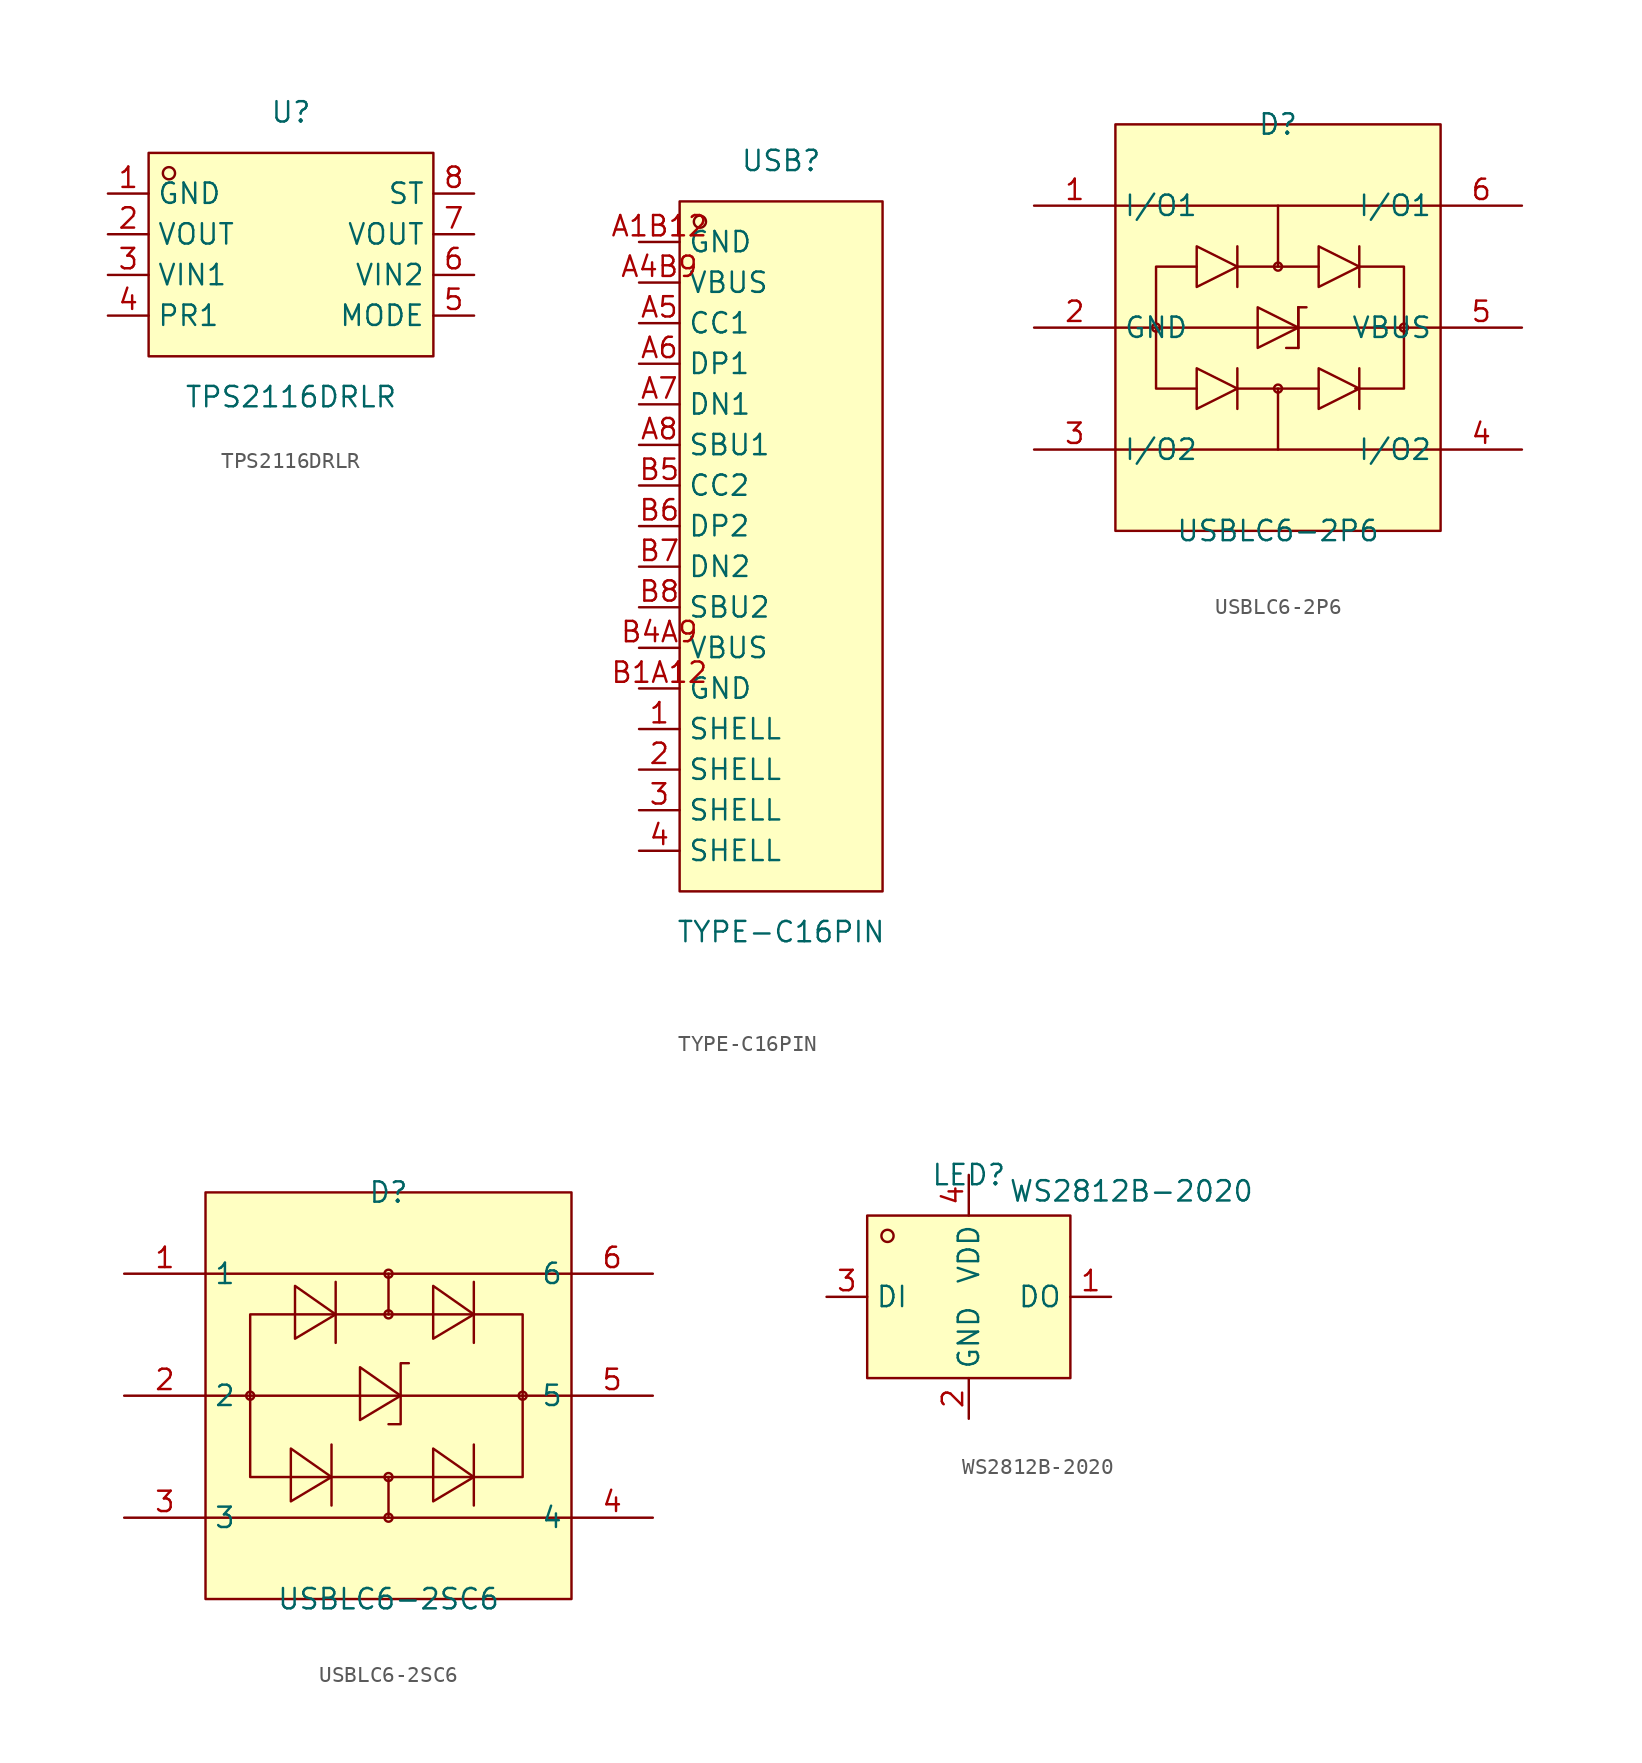
<source format=kicad_sym>
(kicad_symbol_lib
  (version 20241209)
  (generator "kicad_symbol_editor")
  (generator_version "9.0")
  (symbol "TPS2116DRLR"
    (property "Reference" "U"
      (at 0 8.89 0)
      (effects (font (size 1.27 1.27))))
    (property "Value" "TPS2116DRLR"
      (at 0 -8.89 0)
      (effects (font (size 1.27 1.27))))
    (symbol "TPS2116DRLR_0_1"
      (rectangle (start -8.89 6.35) (end 8.89 -6.35) (stroke (width 0) (type default)) (fill (type background)))
      (circle (center -7.62 5.08) (radius 0.38) (stroke (width 0) (type default)) (fill (type none)))
      (pin unspecified line (at -11.43 3.81 0) (length 2.54) (name "GND" (effects (font (size 1.27 1.27)))) (number "1" (effects (font (size 1.27 1.27)))))
      (pin unspecified line (at -11.43 1.27 0) (length 2.54) (name "VOUT" (effects (font (size 1.27 1.27)))) (number "2" (effects (font (size 1.27 1.27)))))
      (pin unspecified line (at -11.43 -1.27 0) (length 2.54) (name "VIN1" (effects (font (size 1.27 1.27)))) (number "3" (effects (font (size 1.27 1.27)))))
      (pin unspecified line (at -11.43 -3.81 0) (length 2.54) (name "PR1" (effects (font (size 1.27 1.27)))) (number "4" (effects (font (size 1.27 1.27)))))
      (pin unspecified line (at 11.43 3.81 180) (length 2.54) (name "ST" (effects (font (size 1.27 1.27)))) (number "8" (effects (font (size 1.27 1.27)))))
      (pin unspecified line (at 11.43 1.27 180) (length 2.54) (name "VOUT" (effects (font (size 1.27 1.27)))) (number "7" (effects (font (size 1.27 1.27)))))
      (pin unspecified line (at 11.43 -1.27 180) (length 2.54) (name "VIN2" (effects (font (size 1.27 1.27)))) (number "6" (effects (font (size 1.27 1.27)))))
      (pin unspecified line (at 11.43 -3.81 180) (length 2.54) (name "MODE" (effects (font (size 1.27 1.27)))) (number "5" (effects (font (size 1.27 1.27)))))))
  (symbol "TYPE-C16PIN"
    (property "Reference" "USB"
      (at 0 24.13 0)
      (effects (font (size 1.27 1.27))))
    (property "Value" "TYPE-C16PIN"
      (at 0 -24.13 0)
      (effects (font (size 1.27 1.27))))
    (symbol "TYPE-C16PIN_0_1"
      (rectangle (start -6.35 21.59) (end 6.35 -21.59) (stroke (width 0) (type default)) (fill (type background)))
      (circle (center -5.08 20.32) (radius 0.38) (stroke (width 0) (type default)) (fill (type none)))
      (pin unspecified line (at -8.89 19.05 0) (length 2.54) (name "GND" (effects (font (size 1.27 1.27)))) (number "A1B12" (effects (font (size 1.27 1.27)))))
      (pin unspecified line (at -8.89 16.51 0) (length 2.54) (name "VBUS" (effects (font (size 1.27 1.27)))) (number "A4B9" (effects (font (size 1.27 1.27)))))
      (pin unspecified line (at -8.89 13.97 0) (length 2.54) (name "CC1" (effects (font (size 1.27 1.27)))) (number "A5" (effects (font (size 1.27 1.27)))))
      (pin unspecified line (at -8.89 11.43 0) (length 2.54) (name "DP1" (effects (font (size 1.27 1.27)))) (number "A6" (effects (font (size 1.27 1.27)))))
      (pin unspecified line (at -8.89 8.89 0) (length 2.54) (name "DN1" (effects (font (size 1.27 1.27)))) (number "A7" (effects (font (size 1.27 1.27)))))
      (pin unspecified line (at -8.89 6.35 0) (length 2.54) (name "SBU1" (effects (font (size 1.27 1.27)))) (number "A8" (effects (font (size 1.27 1.27)))))
      (pin unspecified line (at -8.89 3.81 0) (length 2.54) (name "CC2" (effects (font (size 1.27 1.27)))) (number "B5" (effects (font (size 1.27 1.27)))))
      (pin unspecified line (at -8.89 1.27 0) (length 2.54) (name "DP2" (effects (font (size 1.27 1.27)))) (number "B6" (effects (font (size 1.27 1.27)))))
      (pin unspecified line (at -8.89 -1.27 0) (length 2.54) (name "DN2" (effects (font (size 1.27 1.27)))) (number "B7" (effects (font (size 1.27 1.27)))))
      (pin unspecified line (at -8.89 -3.81 0) (length 2.54) (name "SBU2" (effects (font (size 1.27 1.27)))) (number "B8" (effects (font (size 1.27 1.27)))))
      (pin unspecified line (at -8.89 -6.35 0) (length 2.54) (name "VBUS" (effects (font (size 1.27 1.27)))) (number "B4A9" (effects (font (size 1.27 1.27)))))
      (pin unspecified line (at -8.89 -8.89 0) (length 2.54) (name "GND" (effects (font (size 1.27 1.27)))) (number "B1A12" (effects (font (size 1.27 1.27)))))
      (pin unspecified line (at -8.89 -11.43 0) (length 2.54) (name "SHELL" (effects (font (size 1.27 1.27)))) (number "1" (effects (font (size 1.27 1.27)))))
      (pin unspecified line (at -8.89 -13.97 0) (length 2.54) (name "SHELL" (effects (font (size 1.27 1.27)))) (number "2" (effects (font (size 1.27 1.27)))))
      (pin unspecified line (at -8.89 -16.51 0) (length 2.54) (name "SHELL" (effects (font (size 1.27 1.27)))) (number "3" (effects (font (size 1.27 1.27)))))
      (pin unspecified line (at -8.89 -19.05 0) (length 2.54) (name "SHELL" (effects (font (size 1.27 1.27)))) (number "4" (effects (font (size 1.27 1.27)))))))
  (symbol "USBLC6-2P6"
    (property "Reference" "D"
      (at 0 12.7 0)
      (effects (font (size 1.27 1.27))))
    (property "Value" "USBLC6-2P6"
      (at 0 -12.7 0)
      (effects (font (size 1.27 1.27))))
    (symbol "USBLC6-2P6_0_1"
      (rectangle (start -10.16 12.7) (end 10.16 -12.7) (stroke (width 0) (type default)) (fill (type background)))
      (polyline (pts (xy -10.16 7.62) (xy 10.16 7.62)) (stroke (width 0) (type default)) (fill (type none)))
      (polyline (pts (xy -10.16 0) (xy -7.62 0)) (stroke (width 0) (type default)) (fill (type none)))
      (polyline (pts (xy -10.16 -7.62) (xy 10.16 -7.62)) (stroke (width 0) (type default)) (fill (type none)))
      (circle (center -7.62 0) (radius 0.25) (stroke (width 0) (type default)) (fill (type none)))
      (polyline (pts (xy -7.62 0) (xy 7.87 0)) (stroke (width 0) (type default)) (fill (type none)))
      (polyline (pts (xy -5.08 3.81) (xy -7.62 3.81) (xy -7.62 -3.81) (xy -5.08 -3.81)) (stroke (width 0) (type default)) (fill (type none)))
      (polyline (pts (xy -5.08 2.54) (xy -2.54 3.81) (xy -5.08 5.08) (xy -5.08 2.54)) (stroke (width 0) (type default)) (fill (type background)))
      (polyline (pts (xy -5.08 -5.08) (xy -2.54 -3.81) (xy -5.08 -2.54) (xy -5.08 -5.08)) (stroke (width 0) (type default)) (fill (type background)))
      (polyline (pts (xy -2.54 5.08) (xy -2.54 3.81)) (stroke (width 0) (type default)) (fill (type none)))
      (polyline (pts (xy -2.54 3.81) (xy -2.54 2.54)) (stroke (width 0) (type default)) (fill (type none)))
      (polyline (pts (xy -2.54 3.81) (xy 2.54 3.81)) (stroke (width 0) (type default)) (fill (type none)))
      (polyline (pts (xy -2.54 -2.54) (xy -2.54 -3.81)) (stroke (width 0) (type default)) (fill (type none)))
      (polyline (pts (xy -2.54 -3.81) (xy -2.54 -5.08)) (stroke (width 0) (type default)) (fill (type none)))
      (polyline (pts (xy -2.54 -3.81) (xy 2.54 -3.81)) (stroke (width 0) (type default)) (fill (type none)))
      (polyline (pts (xy -1.27 -1.27) (xy 1.27 0) (xy -1.27 1.27) (xy -1.27 -1.27)) (stroke (width 0) (type default)) (fill (type background)))
      (polyline (pts (xy 0 7.62) (xy 0 3.81)) (stroke (width 0) (type default)) (fill (type none)))
      (circle (center 0 3.81) (radius 0.25) (stroke (width 0) (type default)) (fill (type none)))
      (circle (center 0 -3.81) (radius 0.25) (stroke (width 0) (type default)) (fill (type none)))
      (polyline (pts (xy 0 -7.62) (xy 0 -3.81)) (stroke (width 0) (type default)) (fill (type none)))
      (arc (start 0 -3.81) (mid 0.05 -3.56) (end 0 -3.81) (stroke (width 0) (type default)) (fill (type none)))
      (arc (start 0.25 7.62) (mid 0.25 7.63) (end 0.25 7.62) (stroke (width 0) (type default)) (fill (type none)))
      (arc (start 0.25 -7.62) (mid 0.25 -7.61) (end 0.25 -7.62) (stroke (width 0) (type default)) (fill (type none)))
      (polyline (pts (xy 1.27 1.27) (xy 1.27 0)) (stroke (width 0) (type default)) (fill (type none)))
      (polyline (pts (xy 1.27 1.27) (xy 1.27 0)) (stroke (width 0) (type default)) (fill (type none)))
      (polyline (pts (xy 1.27 0) (xy 1.27 -1.27)) (stroke (width 0) (type default)) (fill (type none)))
      (polyline (pts (xy 1.27 0) (xy 1.27 -1.27)) (stroke (width 0) (type default)) (fill (type none)))
      (polyline (pts (xy 1.27 -1.27) (xy 0.51 -1.27)) (stroke (width 0) (type default)) (fill (type none)))
      (polyline (pts (xy 1.78 1.27) (xy 1.27 1.27)) (stroke (width 0) (type default)) (fill (type none)))
      (polyline (pts (xy 2.54 2.54) (xy 5.08 3.81) (xy 2.54 5.08) (xy 2.54 2.54)) (stroke (width 0) (type default)) (fill (type background)))
      (polyline (pts (xy 2.54 -5.08) (xy 5.08 -3.81) (xy 2.54 -2.54) (xy 2.54 -5.08)) (stroke (width 0) (type default)) (fill (type background)))
      (polyline (pts (xy 4.83 -3.81) (xy 7.87 -3.81) (xy 7.87 3.81) (xy 5.08 3.81)) (stroke (width 0) (type default)) (fill (type none)))
      (polyline (pts (xy 5.08 5.08) (xy 5.08 3.81)) (stroke (width 0) (type default)) (fill (type none)))
      (polyline (pts (xy 5.08 3.81) (xy 5.08 2.54)) (stroke (width 0) (type default)) (fill (type none)))
      (polyline (pts (xy 5.08 -2.54) (xy 5.08 -3.81)) (stroke (width 0) (type default)) (fill (type none)))
      (polyline (pts (xy 5.08 -3.81) (xy 5.08 -5.08)) (stroke (width 0) (type default)) (fill (type none)))
      (polyline (pts (xy 7.87 0) (xy 10.16 0)) (stroke (width 0) (type default)) (fill (type none)))
      (circle (center 7.87 0) (radius 0.25) (stroke (width 0) (type default)) (fill (type none)))
      (pin input line (at -15.24 7.62 0) (length 5.08) (name "I/O1" (effects (font (size 1.27 1.27)))) (number "1" (effects (font (size 1.27 1.27)))))
      (pin input line (at -15.24 0 0) (length 5.08) (name "GND" (effects (font (size 1.27 1.27)))) (number "2" (effects (font (size 1.27 1.27)))))
      (pin input line (at -15.24 -7.62 0) (length 5.08) (name "I/O2" (effects (font (size 1.27 1.27)))) (number "3" (effects (font (size 1.27 1.27)))))
      (pin input line (at 15.24 7.62 180) (length 5.08) (name "I/O1" (effects (font (size 1.27 1.27)))) (number "6" (effects (font (size 1.27 1.27)))))
      (pin input line (at 15.24 0 180) (length 5.08) (name "VBUS" (effects (font (size 1.27 1.27)))) (number "5" (effects (font (size 1.27 1.27)))))
      (pin input line (at 15.24 -7.62 180) (length 5.08) (name "I/O2" (effects (font (size 1.27 1.27)))) (number "4" (effects (font (size 1.27 1.27)))))))
  (symbol "USBLC6-2SC6"
    (property "Reference" "D"
      (at 0 12.7 0)
      (effects (font (size 1.27 1.27))))
    (property "Value" "USBLC6-2SC6"
      (at 0 -12.7 0)
      (effects (font (size 1.27 1.27))))
    (symbol "USBLC6-2SC6_0_1"
      (rectangle (start -11.43 12.7) (end 11.43 -12.7) (stroke (width 0) (type default)) (fill (type background)))
      (polyline (pts (xy -11.43 7.62) (xy 11.43 7.62)) (stroke (width 0) (type default)) (fill (type none)))
      (polyline (pts (xy -11.43 0) (xy 11.43 0)) (stroke (width 0) (type default)) (fill (type none)))
      (polyline (pts (xy -11.43 -7.62) (xy 11.43 -7.62)) (stroke (width 0) (type default)) (fill (type none)))
      (circle (center -8.64 0) (radius 0.25) (stroke (width 0) (type default)) (fill (type none)))
      (polyline (pts (xy -8.64 0) (xy -8.64 5.08) (xy 8.38 5.08) (xy 8.38 -5.08) (xy -8.64 -5.08) (xy -8.64 0)) (stroke (width 0) (type default)) (fill (type background)))
      (polyline (pts (xy -6.1 -6.6) (xy -3.56 -5.08) (xy -6.1 -3.3) (xy -6.1 -6.6)) (stroke (width 0) (type default)) (fill (type background)))
      (polyline (pts (xy -5.84 3.56) (xy -3.3 5.08) (xy -5.84 6.86) (xy -5.84 3.56)) (stroke (width 0) (type default)) (fill (type background)))
      (polyline (pts (xy -3.56 -3.05) (xy -3.56 -3.05) (xy -3.56 -6.86) (xy -3.56 -6.86)) (stroke (width 0) (type default)) (fill (type none)))
      (polyline (pts (xy -3.3 7.11) (xy -3.3 7.11) (xy -3.3 3.3) (xy -3.3 3.3)) (stroke (width 0) (type default)) (fill (type none)))
      (polyline (pts (xy -1.78 -1.52) (xy 0.76 0) (xy -1.78 1.78) (xy -1.78 -1.52)) (stroke (width 0) (type default)) (fill (type background)))
      (circle (center 0 7.62) (radius 0.25) (stroke (width 0) (type default)) (fill (type none)))
      (polyline (pts (xy 0 7.62) (xy 0 5.08)) (stroke (width 0) (type default)) (fill (type none)))
      (circle (center 0 5.08) (radius 0.25) (stroke (width 0) (type default)) (fill (type none)))
      (circle (center 0 -5.08) (radius 0.25) (stroke (width 0) (type default)) (fill (type none)))
      (polyline (pts (xy 0 -7.62) (xy 0 -5.08)) (stroke (width 0) (type default)) (fill (type none)))
      (circle (center 0 -7.62) (radius 0.25) (stroke (width 0) (type default)) (fill (type none)))
      (polyline (pts (xy 1.27 2.03) (xy 0.76 2.03) (xy 0.76 -1.78) (xy 0 -1.78)) (stroke (width 0) (type default)) (fill (type none)))
      (polyline (pts (xy 2.79 3.56) (xy 5.33 5.08) (xy 2.79 6.86) (xy 2.79 3.56)) (stroke (width 0) (type default)) (fill (type background)))
      (polyline (pts (xy 2.79 -6.6) (xy 5.33 -5.08) (xy 2.79 -3.3) (xy 2.79 -6.6)) (stroke (width 0) (type default)) (fill (type background)))
      (polyline (pts (xy 5.33 7.11) (xy 5.33 7.11) (xy 5.33 3.3) (xy 5.33 3.3)) (stroke (width 0) (type default)) (fill (type none)))
      (polyline (pts (xy 5.33 -3.05) (xy 5.33 -3.05) (xy 5.33 -6.86) (xy 5.33 -6.86)) (stroke (width 0) (type default)) (fill (type none)))
      (circle (center 8.38 0) (radius 0.25) (stroke (width 0) (type default)) (fill (type none)))
      (pin input line (at -16.51 7.62 0) (length 5.08) (name "1" (effects (font (size 1.27 1.27)))) (number "1" (effects (font (size 1.27 1.27)))))
      (pin input line (at -16.51 0 0) (length 5.08) (name "2" (effects (font (size 1.27 1.27)))) (number "2" (effects (font (size 1.27 1.27)))))
      (pin input line (at -16.51 -7.62 0) (length 5.08) (name "3" (effects (font (size 1.27 1.27)))) (number "3" (effects (font (size 1.27 1.27)))))
      (pin input line (at 16.51 7.62 180) (length 5.08) (name "6" (effects (font (size 1.27 1.27)))) (number "6" (effects (font (size 1.27 1.27)))))
      (pin input line (at 16.51 0 180) (length 5.08) (name "5" (effects (font (size 1.27 1.27)))) (number "5" (effects (font (size 1.27 1.27)))))
      (pin input line (at 16.51 -7.62 180) (length 5.08) (name "4" (effects (font (size 1.27 1.27)))) (number "4" (effects (font (size 1.27 1.27)))))))
  (symbol "WS2812B-2020"
    (property "Reference" "LED"
      (at 0 6.35 0)
      (effects (font (size 1.27 1.27))))
    (property "Value" "WS2812B-2020"
      (at 10.16 5.334 0)
      (effects (font (size 1.27 1.27))))
    (symbol "WS2812B-2020_0_1"
      (rectangle (start -6.35 3.81) (end 6.35 -6.35) (stroke (width 0) (type default)) (fill (type background)))
      (circle (center -5.08 2.54) (radius 0.38) (stroke (width 0) (type default)) (fill (type none)))
      (pin unspecified line (at -8.89 -1.27 0) (length 2.54) (name "DI" (effects (font (size 1.27 1.27)))) (number "3" (effects (font (size 1.27 1.27)))))
      (pin unspecified line (at 0 6.35 270) (length 2.54) (name "VDD" (effects (font (size 1.27 1.27)))) (number "4" (effects (font (size 1.27 1.27)))))
      (pin unspecified line (at 0 -8.89 90) (length 2.54) (name "GND" (effects (font (size 1.27 1.27)))) (number "2" (effects (font (size 1.27 1.27)))))
      (pin unspecified line (at 8.89 -1.27 180) (length 2.54) (name "DO" (effects (font (size 1.27 1.27)))) (number "1" (effects (font (size 1.27 1.27))))))))
</source>
